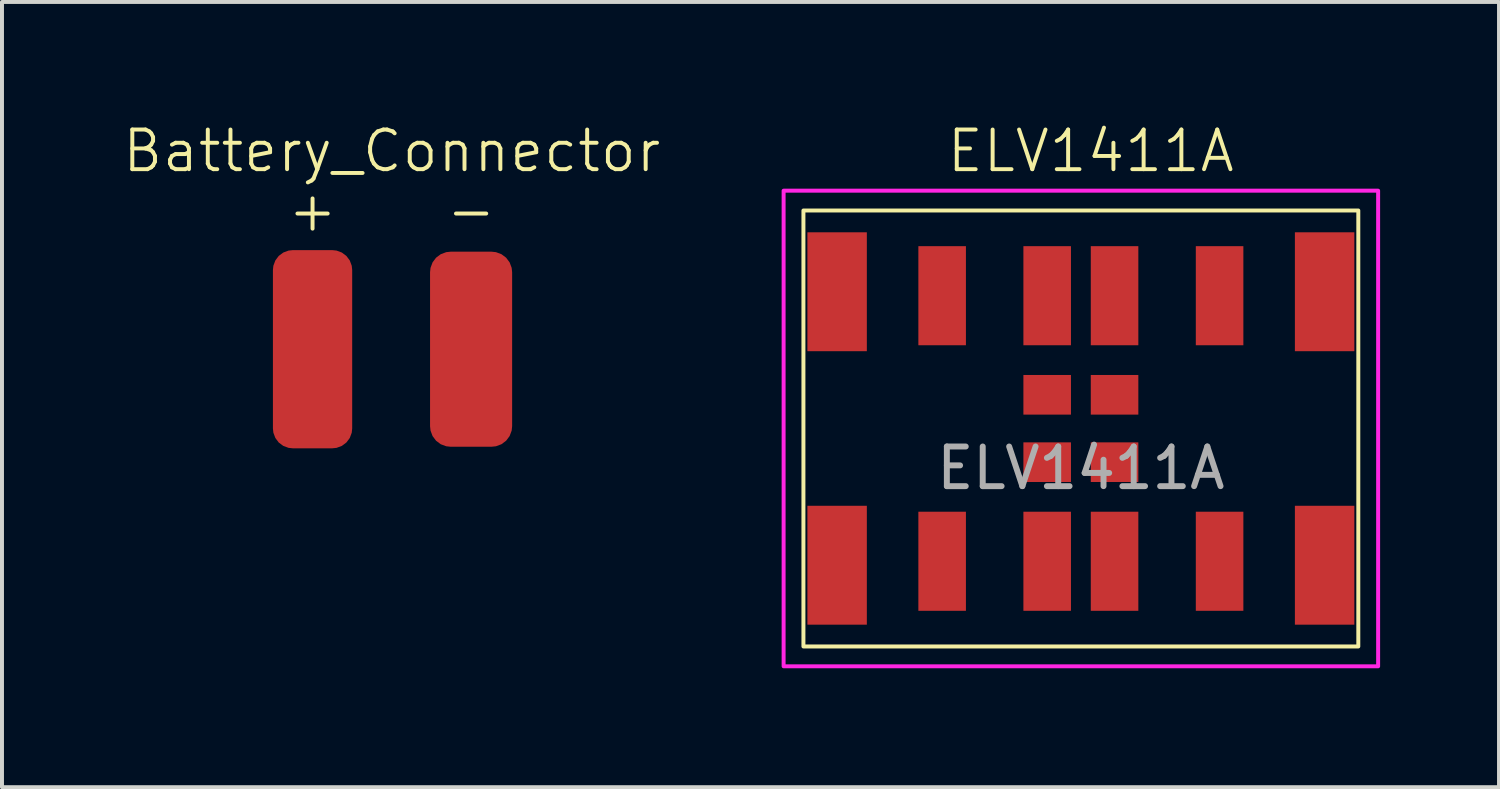
<source format=kicad_pcb>
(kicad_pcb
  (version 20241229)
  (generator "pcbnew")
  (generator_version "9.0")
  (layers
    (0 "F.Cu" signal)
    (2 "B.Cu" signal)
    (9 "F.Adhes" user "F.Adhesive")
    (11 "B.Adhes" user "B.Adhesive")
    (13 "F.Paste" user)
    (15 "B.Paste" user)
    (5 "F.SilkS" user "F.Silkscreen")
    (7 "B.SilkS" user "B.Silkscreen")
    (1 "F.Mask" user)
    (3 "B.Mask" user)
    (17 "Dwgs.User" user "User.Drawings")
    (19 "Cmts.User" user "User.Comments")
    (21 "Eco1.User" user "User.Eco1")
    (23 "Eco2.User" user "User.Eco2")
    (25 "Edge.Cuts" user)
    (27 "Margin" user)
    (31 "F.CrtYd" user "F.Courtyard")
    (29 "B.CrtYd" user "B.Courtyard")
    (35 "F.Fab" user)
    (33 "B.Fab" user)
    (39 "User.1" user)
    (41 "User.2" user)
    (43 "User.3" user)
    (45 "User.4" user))
  (footprint "ELV1411A"
    (layer "F.Cu")
    (at 24.221 7.761)
    (property "Reference" "ELV1411A" (at 0.25 -7 0) (unlocked yes) (layer "F.SilkS") (effects (font (size 1 1) (thickness 0.1))))
    (attr smd)
    (fp_rect (start -7 5.5) (end 7 -5.5) (stroke (width 0.1) (type default)) (fill no) (layer "F.SilkS"))
    (fp_rect (start -7.5 -6) (end 7.5 6) (stroke (width 0.1) (type default)) (fill no) (layer "F.CrtYd"))
    (fp_text user "${REFERENCE}" (at 0 1 0) (unlocked yes) (layer "F.Fab") (effects (font (size 1 1) (thickness 0.15))))
    (pad "1" smd rect (at -0.85 -0.85) (size 1.2 1) (layers "F.Cu" "F.Mask" "F.Paste"))
    (pad "1" smd rect (at 0.85 -0.85) (size 1.2 1) (layers "F.Cu" "F.Mask" "F.Paste"))
    (pad "2" smd rect (at -0.85 0.85) (size 1.2 1) (layers "F.Cu" "F.Mask" "F.Paste"))
    (pad "2" smd rect (at 0.85 0.85) (size 1.2 1) (layers "F.Cu" "F.Mask" "F.Paste"))
    (pad "3" smd rect (at -6.15 -3.45) (size 1.5 3) (layers "F.Cu" "F.Mask" "F.Paste"))
    (pad "3" smd rect (at -6.15 3.45) (size 1.5 3) (layers "F.Cu" "F.Mask" "F.Paste"))
    (pad "3" smd rect (at -3.5 -3.35) (size 1.2 2.5) (layers "F.Cu" "F.Mask" "F.Paste"))
    (pad "3" smd rect (at -3.5 3.35) (size 1.2 2.5) (layers "F.Cu" "F.Mask" "F.Paste"))
    (pad "3" smd rect (at -0.85 -3.35) (size 1.2 2.5) (layers "F.Cu" "F.Mask" "F.Paste"))
    (pad "3" smd rect (at -0.85 3.35) (size 1.2 2.5) (layers "F.Cu" "F.Mask" "F.Paste"))
    (pad "3" smd rect (at 0.85 -3.35) (size 1.2 2.5) (layers "F.Cu" "F.Mask" "F.Paste"))
    (pad "3" smd rect (at 0.85 3.35) (size 1.2 2.5) (layers "F.Cu" "F.Mask" "F.Paste"))
    (pad "3" smd rect (at 3.5 -3.35) (size 1.2 2.5) (layers "F.Cu" "F.Mask" "F.Paste"))
    (pad "3" smd rect (at 3.5 3.35) (size 1.2 2.5) (layers "F.Cu" "F.Mask" "F.Paste"))
    (pad "3" smd rect (at 6.15 -3.45) (size 1.5 3) (layers "F.Cu" "F.Mask" "F.Paste"))
    (pad "3" smd rect (at 6.15 3.45) (size 1.5 3) (layers "F.Cu" "F.Mask" "F.Paste")))
  (footprint "Battery_Connector"
    (layer "F.Cu")
    (at 6.836 5.761)
    (property "Reference" "Battery_Connector" (at 0 -5 0) (unlocked yes) (layer "F.SilkS") (effects (font (size 1 1) (thickness 0.1))))
    (attr smd)
    (fp_text user "+" (at -2 -3.5 0) (unlocked yes) (layer "F.SilkS") (effects (font (size 1 1) (thickness 0.1))))
    (fp_text user "-" (at 2 -3.5 0) (unlocked yes) (layer "F.SilkS") (effects (font (size 1 1) (thickness 0.1))))
    (pad "1" smd roundrect (at -2 0) (size 2 5) (layers "F.Cu" "F.Mask" "F.Paste") (roundrect_rratio 0.25))
    (pad "2" smd roundrect (at 2 0) (size 2.071 4.921) (layers "F.Cu" "F.Mask" "F.Paste") (roundrect_rratio 0.25)))
  (gr_rect
    (start -3 -3)
    (end 34.771 16.811)
    (stroke (width 0.1) (type default))
    (fill no)
    (layer "Edge.Cuts")))
</source>
